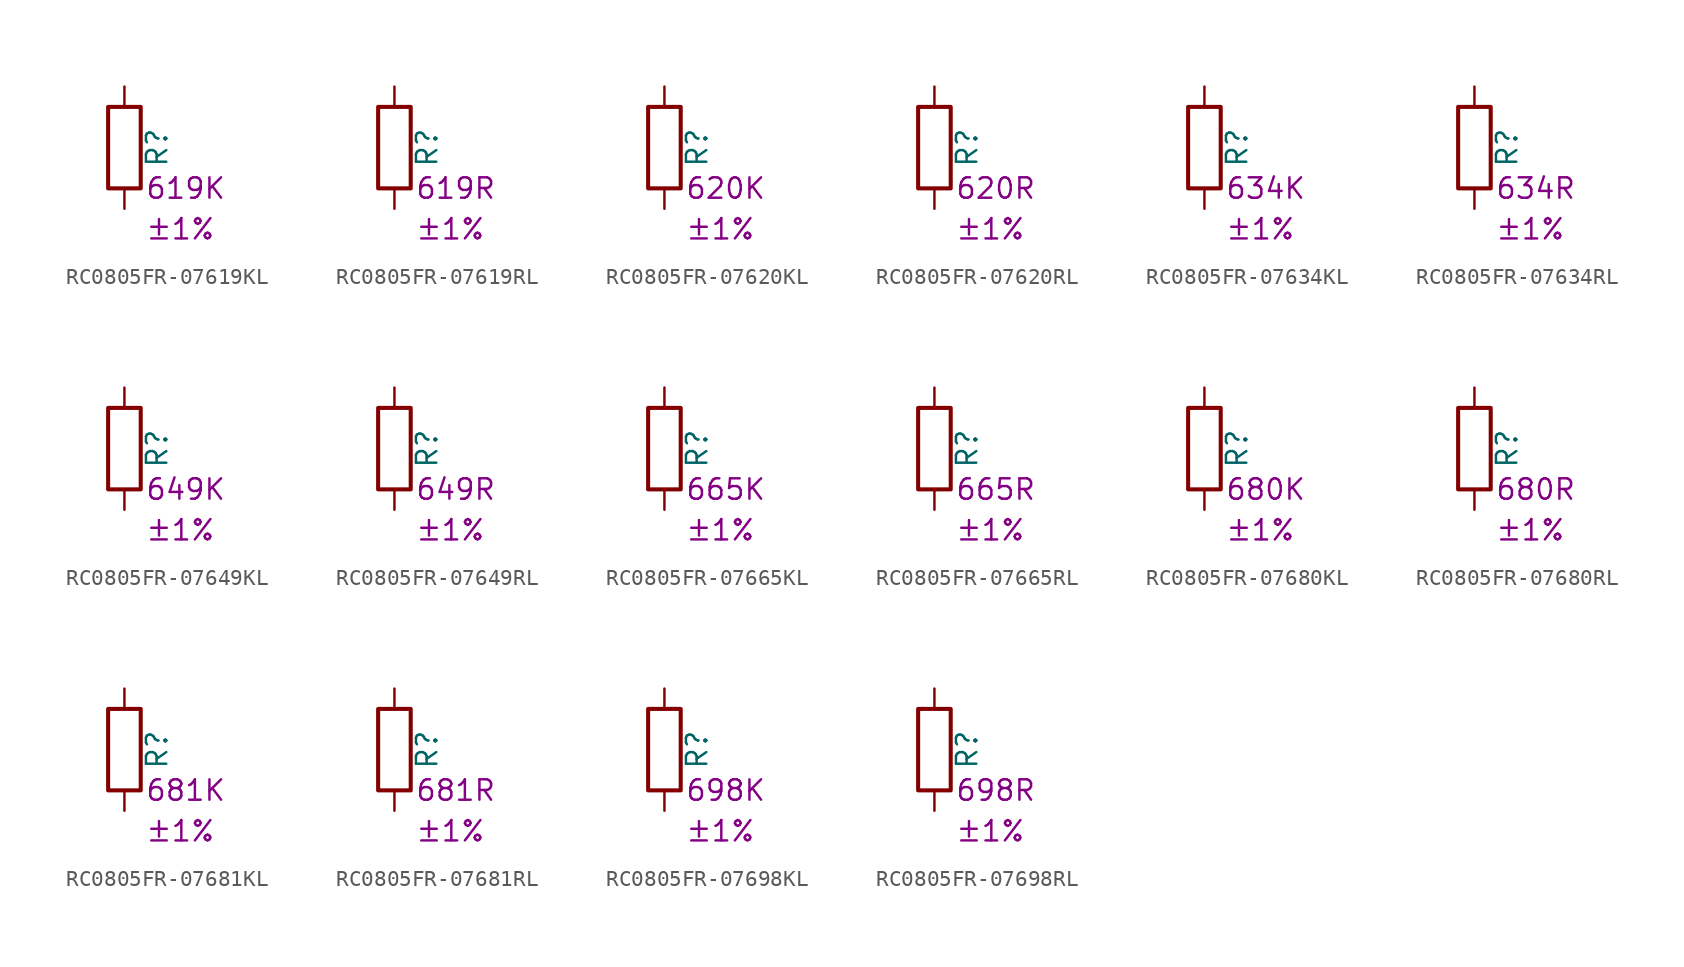
<source format=kicad_sym>
(kicad_symbol_lib
  (version 20220914)
  (generator kicad_symbol_editor)
  (symbol "RC0805FR-07619KL"
    (pin_numbers hide)
    (pin_names
      (offset 0))
    (property "Reference" "R"
      (at 2.032 0 90)
      (effects (font (size 1.27 1.27))))
    (property "Resistance" "619K"
      (at 1.27 -2.54 0)
      (effects (font (size 1.27 1.27)) (justify left)))
    (property "Tolerance" "±1%"
      (at 1.27 -5.08 0)
      (effects (font (size 1.27 1.27)) (justify left)))
    (symbol "RC0805FR-07619KL_0_1"
      (rectangle (start -1.016 -2.54) (end 1.016 2.54) (stroke (width 0.254) (type default)) (fill (type none))))
    (symbol "RC0805FR-07619KL_1_1"
      (pin passive line (at 0 3.81 270) (length 1.27) (name "~" (effects (font (size 1.27 1.27)))) (number "1" (effects (font (size 1.27 1.27)))))
      (pin passive line (at 0 -3.81 90) (length 1.27) (name "~" (effects (font (size 1.27 1.27)))) (number "2" (effects (font (size 1.27 1.27)))))))
  (symbol "RC0805FR-07619RL"
    (pin_numbers hide)
    (pin_names
      (offset 0))
    (property "Reference" "R"
      (at 2.032 0 90)
      (effects (font (size 1.27 1.27))))
    (property "Resistance" "619R"
      (at 1.27 -2.54 0)
      (effects (font (size 1.27 1.27)) (justify left)))
    (property "Tolerance" "±1%"
      (at 1.27 -5.08 0)
      (effects (font (size 1.27 1.27)) (justify left)))
    (symbol "RC0805FR-07619RL_0_1"
      (rectangle (start -1.016 -2.54) (end 1.016 2.54) (stroke (width 0.254) (type default)) (fill (type none))))
    (symbol "RC0805FR-07619RL_1_1"
      (pin passive line (at 0 3.81 270) (length 1.27) (name "~" (effects (font (size 1.27 1.27)))) (number "1" (effects (font (size 1.27 1.27)))))
      (pin passive line (at 0 -3.81 90) (length 1.27) (name "~" (effects (font (size 1.27 1.27)))) (number "2" (effects (font (size 1.27 1.27)))))))
  (symbol "RC0805FR-07620KL"
    (pin_numbers hide)
    (pin_names
      (offset 0))
    (property "Reference" "R"
      (at 2.032 0 90)
      (effects (font (size 1.27 1.27))))
    (property "Resistance" "620K"
      (at 1.27 -2.54 0)
      (effects (font (size 1.27 1.27)) (justify left)))
    (property "Tolerance" "±1%"
      (at 1.27 -5.08 0)
      (effects (font (size 1.27 1.27)) (justify left)))
    (symbol "RC0805FR-07620KL_0_1"
      (rectangle (start -1.016 -2.54) (end 1.016 2.54) (stroke (width 0.254) (type default)) (fill (type none))))
    (symbol "RC0805FR-07620KL_1_1"
      (pin passive line (at 0 3.81 270) (length 1.27) (name "~" (effects (font (size 1.27 1.27)))) (number "1" (effects (font (size 1.27 1.27)))))
      (pin passive line (at 0 -3.81 90) (length 1.27) (name "~" (effects (font (size 1.27 1.27)))) (number "2" (effects (font (size 1.27 1.27)))))))
  (symbol "RC0805FR-07620RL"
    (pin_numbers hide)
    (pin_names
      (offset 0))
    (property "Reference" "R"
      (at 2.032 0 90)
      (effects (font (size 1.27 1.27))))
    (property "Resistance" "620R"
      (at 1.27 -2.54 0)
      (effects (font (size 1.27 1.27)) (justify left)))
    (property "Tolerance" "±1%"
      (at 1.27 -5.08 0)
      (effects (font (size 1.27 1.27)) (justify left)))
    (symbol "RC0805FR-07620RL_0_1"
      (rectangle (start -1.016 -2.54) (end 1.016 2.54) (stroke (width 0.254) (type default)) (fill (type none))))
    (symbol "RC0805FR-07620RL_1_1"
      (pin passive line (at 0 3.81 270) (length 1.27) (name "~" (effects (font (size 1.27 1.27)))) (number "1" (effects (font (size 1.27 1.27)))))
      (pin passive line (at 0 -3.81 90) (length 1.27) (name "~" (effects (font (size 1.27 1.27)))) (number "2" (effects (font (size 1.27 1.27)))))))
  (symbol "RC0805FR-07634KL"
    (pin_numbers hide)
    (pin_names
      (offset 0))
    (property "Reference" "R"
      (at 2.032 0 90)
      (effects (font (size 1.27 1.27))))
    (property "Resistance" "634K"
      (at 1.27 -2.54 0)
      (effects (font (size 1.27 1.27)) (justify left)))
    (property "Tolerance" "±1%"
      (at 1.27 -5.08 0)
      (effects (font (size 1.27 1.27)) (justify left)))
    (symbol "RC0805FR-07634KL_0_1"
      (rectangle (start -1.016 -2.54) (end 1.016 2.54) (stroke (width 0.254) (type default)) (fill (type none))))
    (symbol "RC0805FR-07634KL_1_1"
      (pin passive line (at 0 3.81 270) (length 1.27) (name "~" (effects (font (size 1.27 1.27)))) (number "1" (effects (font (size 1.27 1.27)))))
      (pin passive line (at 0 -3.81 90) (length 1.27) (name "~" (effects (font (size 1.27 1.27)))) (number "2" (effects (font (size 1.27 1.27)))))))
  (symbol "RC0805FR-07634RL"
    (pin_numbers hide)
    (pin_names
      (offset 0))
    (property "Reference" "R"
      (at 2.032 0 90)
      (effects (font (size 1.27 1.27))))
    (property "Resistance" "634R"
      (at 1.27 -2.54 0)
      (effects (font (size 1.27 1.27)) (justify left)))
    (property "Tolerance" "±1%"
      (at 1.27 -5.08 0)
      (effects (font (size 1.27 1.27)) (justify left)))
    (symbol "RC0805FR-07634RL_0_1"
      (rectangle (start -1.016 -2.54) (end 1.016 2.54) (stroke (width 0.254) (type default)) (fill (type none))))
    (symbol "RC0805FR-07634RL_1_1"
      (pin passive line (at 0 3.81 270) (length 1.27) (name "~" (effects (font (size 1.27 1.27)))) (number "1" (effects (font (size 1.27 1.27)))))
      (pin passive line (at 0 -3.81 90) (length 1.27) (name "~" (effects (font (size 1.27 1.27)))) (number "2" (effects (font (size 1.27 1.27)))))))
  (symbol "RC0805FR-07649KL"
    (pin_numbers hide)
    (pin_names
      (offset 0))
    (property "Reference" "R"
      (at 2.032 0 90)
      (effects (font (size 1.27 1.27))))
    (property "Resistance" "649K"
      (at 1.27 -2.54 0)
      (effects (font (size 1.27 1.27)) (justify left)))
    (property "Tolerance" "±1%"
      (at 1.27 -5.08 0)
      (effects (font (size 1.27 1.27)) (justify left)))
    (symbol "RC0805FR-07649KL_0_1"
      (rectangle (start -1.016 -2.54) (end 1.016 2.54) (stroke (width 0.254) (type default)) (fill (type none))))
    (symbol "RC0805FR-07649KL_1_1"
      (pin passive line (at 0 3.81 270) (length 1.27) (name "~" (effects (font (size 1.27 1.27)))) (number "1" (effects (font (size 1.27 1.27)))))
      (pin passive line (at 0 -3.81 90) (length 1.27) (name "~" (effects (font (size 1.27 1.27)))) (number "2" (effects (font (size 1.27 1.27)))))))
  (symbol "RC0805FR-07649RL"
    (pin_numbers hide)
    (pin_names
      (offset 0))
    (property "Reference" "R"
      (at 2.032 0 90)
      (effects (font (size 1.27 1.27))))
    (property "Resistance" "649R"
      (at 1.27 -2.54 0)
      (effects (font (size 1.27 1.27)) (justify left)))
    (property "Tolerance" "±1%"
      (at 1.27 -5.08 0)
      (effects (font (size 1.27 1.27)) (justify left)))
    (symbol "RC0805FR-07649RL_0_1"
      (rectangle (start -1.016 -2.54) (end 1.016 2.54) (stroke (width 0.254) (type default)) (fill (type none))))
    (symbol "RC0805FR-07649RL_1_1"
      (pin passive line (at 0 3.81 270) (length 1.27) (name "~" (effects (font (size 1.27 1.27)))) (number "1" (effects (font (size 1.27 1.27)))))
      (pin passive line (at 0 -3.81 90) (length 1.27) (name "~" (effects (font (size 1.27 1.27)))) (number "2" (effects (font (size 1.27 1.27)))))))
  (symbol "RC0805FR-07665KL"
    (pin_numbers hide)
    (pin_names
      (offset 0))
    (property "Reference" "R"
      (at 2.032 0 90)
      (effects (font (size 1.27 1.27))))
    (property "Resistance" "665K"
      (at 1.27 -2.54 0)
      (effects (font (size 1.27 1.27)) (justify left)))
    (property "Tolerance" "±1%"
      (at 1.27 -5.08 0)
      (effects (font (size 1.27 1.27)) (justify left)))
    (symbol "RC0805FR-07665KL_0_1"
      (rectangle (start -1.016 -2.54) (end 1.016 2.54) (stroke (width 0.254) (type default)) (fill (type none))))
    (symbol "RC0805FR-07665KL_1_1"
      (pin passive line (at 0 3.81 270) (length 1.27) (name "~" (effects (font (size 1.27 1.27)))) (number "1" (effects (font (size 1.27 1.27)))))
      (pin passive line (at 0 -3.81 90) (length 1.27) (name "~" (effects (font (size 1.27 1.27)))) (number "2" (effects (font (size 1.27 1.27)))))))
  (symbol "RC0805FR-07665RL"
    (pin_numbers hide)
    (pin_names
      (offset 0))
    (property "Reference" "R"
      (at 2.032 0 90)
      (effects (font (size 1.27 1.27))))
    (property "Resistance" "665R"
      (at 1.27 -2.54 0)
      (effects (font (size 1.27 1.27)) (justify left)))
    (property "Tolerance" "±1%"
      (at 1.27 -5.08 0)
      (effects (font (size 1.27 1.27)) (justify left)))
    (symbol "RC0805FR-07665RL_0_1"
      (rectangle (start -1.016 -2.54) (end 1.016 2.54) (stroke (width 0.254) (type default)) (fill (type none))))
    (symbol "RC0805FR-07665RL_1_1"
      (pin passive line (at 0 3.81 270) (length 1.27) (name "~" (effects (font (size 1.27 1.27)))) (number "1" (effects (font (size 1.27 1.27)))))
      (pin passive line (at 0 -3.81 90) (length 1.27) (name "~" (effects (font (size 1.27 1.27)))) (number "2" (effects (font (size 1.27 1.27)))))))
  (symbol "RC0805FR-07680KL"
    (pin_numbers hide)
    (pin_names
      (offset 0))
    (property "Reference" "R"
      (at 2.032 0 90)
      (effects (font (size 1.27 1.27))))
    (property "Resistance" "680K"
      (at 1.27 -2.54 0)
      (effects (font (size 1.27 1.27)) (justify left)))
    (property "Tolerance" "±1%"
      (at 1.27 -5.08 0)
      (effects (font (size 1.27 1.27)) (justify left)))
    (symbol "RC0805FR-07680KL_0_1"
      (rectangle (start -1.016 -2.54) (end 1.016 2.54) (stroke (width 0.254) (type default)) (fill (type none))))
    (symbol "RC0805FR-07680KL_1_1"
      (pin passive line (at 0 3.81 270) (length 1.27) (name "~" (effects (font (size 1.27 1.27)))) (number "1" (effects (font (size 1.27 1.27)))))
      (pin passive line (at 0 -3.81 90) (length 1.27) (name "~" (effects (font (size 1.27 1.27)))) (number "2" (effects (font (size 1.27 1.27)))))))
  (symbol "RC0805FR-07680RL"
    (pin_numbers hide)
    (pin_names
      (offset 0))
    (property "Reference" "R"
      (at 2.032 0 90)
      (effects (font (size 1.27 1.27))))
    (property "Resistance" "680R"
      (at 1.27 -2.54 0)
      (effects (font (size 1.27 1.27)) (justify left)))
    (property "Tolerance" "±1%"
      (at 1.27 -5.08 0)
      (effects (font (size 1.27 1.27)) (justify left)))
    (symbol "RC0805FR-07680RL_0_1"
      (rectangle (start -1.016 -2.54) (end 1.016 2.54) (stroke (width 0.254) (type default)) (fill (type none))))
    (symbol "RC0805FR-07680RL_1_1"
      (pin passive line (at 0 3.81 270) (length 1.27) (name "~" (effects (font (size 1.27 1.27)))) (number "1" (effects (font (size 1.27 1.27)))))
      (pin passive line (at 0 -3.81 90) (length 1.27) (name "~" (effects (font (size 1.27 1.27)))) (number "2" (effects (font (size 1.27 1.27)))))))
  (symbol "RC0805FR-07681KL"
    (pin_numbers hide)
    (pin_names
      (offset 0))
    (property "Reference" "R"
      (at 2.032 0 90)
      (effects (font (size 1.27 1.27))))
    (property "Resistance" "681K"
      (at 1.27 -2.54 0)
      (effects (font (size 1.27 1.27)) (justify left)))
    (property "Tolerance" "±1%"
      (at 1.27 -5.08 0)
      (effects (font (size 1.27 1.27)) (justify left)))
    (symbol "RC0805FR-07681KL_0_1"
      (rectangle (start -1.016 -2.54) (end 1.016 2.54) (stroke (width 0.254) (type default)) (fill (type none))))
    (symbol "RC0805FR-07681KL_1_1"
      (pin passive line (at 0 3.81 270) (length 1.27) (name "~" (effects (font (size 1.27 1.27)))) (number "1" (effects (font (size 1.27 1.27)))))
      (pin passive line (at 0 -3.81 90) (length 1.27) (name "~" (effects (font (size 1.27 1.27)))) (number "2" (effects (font (size 1.27 1.27)))))))
  (symbol "RC0805FR-07681RL"
    (pin_numbers hide)
    (pin_names
      (offset 0))
    (property "Reference" "R"
      (at 2.032 0 90)
      (effects (font (size 1.27 1.27))))
    (property "Resistance" "681R"
      (at 1.27 -2.54 0)
      (effects (font (size 1.27 1.27)) (justify left)))
    (property "Tolerance" "±1%"
      (at 1.27 -5.08 0)
      (effects (font (size 1.27 1.27)) (justify left)))
    (symbol "RC0805FR-07681RL_0_1"
      (rectangle (start -1.016 -2.54) (end 1.016 2.54) (stroke (width 0.254) (type default)) (fill (type none))))
    (symbol "RC0805FR-07681RL_1_1"
      (pin passive line (at 0 3.81 270) (length 1.27) (name "~" (effects (font (size 1.27 1.27)))) (number "1" (effects (font (size 1.27 1.27)))))
      (pin passive line (at 0 -3.81 90) (length 1.27) (name "~" (effects (font (size 1.27 1.27)))) (number "2" (effects (font (size 1.27 1.27)))))))
  (symbol "RC0805FR-07698KL"
    (pin_numbers hide)
    (pin_names
      (offset 0))
    (property "Reference" "R"
      (at 2.032 0 90)
      (effects (font (size 1.27 1.27))))
    (property "Resistance" "698K"
      (at 1.27 -2.54 0)
      (effects (font (size 1.27 1.27)) (justify left)))
    (property "Tolerance" "±1%"
      (at 1.27 -5.08 0)
      (effects (font (size 1.27 1.27)) (justify left)))
    (symbol "RC0805FR-07698KL_0_1"
      (rectangle (start -1.016 -2.54) (end 1.016 2.54) (stroke (width 0.254) (type default)) (fill (type none))))
    (symbol "RC0805FR-07698KL_1_1"
      (pin passive line (at 0 3.81 270) (length 1.27) (name "~" (effects (font (size 1.27 1.27)))) (number "1" (effects (font (size 1.27 1.27)))))
      (pin passive line (at 0 -3.81 90) (length 1.27) (name "~" (effects (font (size 1.27 1.27)))) (number "2" (effects (font (size 1.27 1.27)))))))
  (symbol "RC0805FR-07698RL"
    (pin_numbers hide)
    (pin_names
      (offset 0))
    (property "Reference" "R"
      (at 2.032 0 90)
      (effects (font (size 1.27 1.27))))
    (property "Resistance" "698R"
      (at 1.27 -2.54 0)
      (effects (font (size 1.27 1.27)) (justify left)))
    (property "Tolerance" "±1%"
      (at 1.27 -5.08 0)
      (effects (font (size 1.27 1.27)) (justify left)))
    (symbol "RC0805FR-07698RL_0_1"
      (rectangle (start -1.016 -2.54) (end 1.016 2.54) (stroke (width 0.254) (type default)) (fill (type none))))
    (symbol "RC0805FR-07698RL_1_1"
      (pin passive line (at 0 3.81 270) (length 1.27) (name "~" (effects (font (size 1.27 1.27)))) (number "1" (effects (font (size 1.27 1.27)))))
      (pin passive line (at 0 -3.81 90) (length 1.27) (name "~" (effects (font (size 1.27 1.27)))) (number "2" (effects (font (size 1.27 1.27))))))))
</source>
